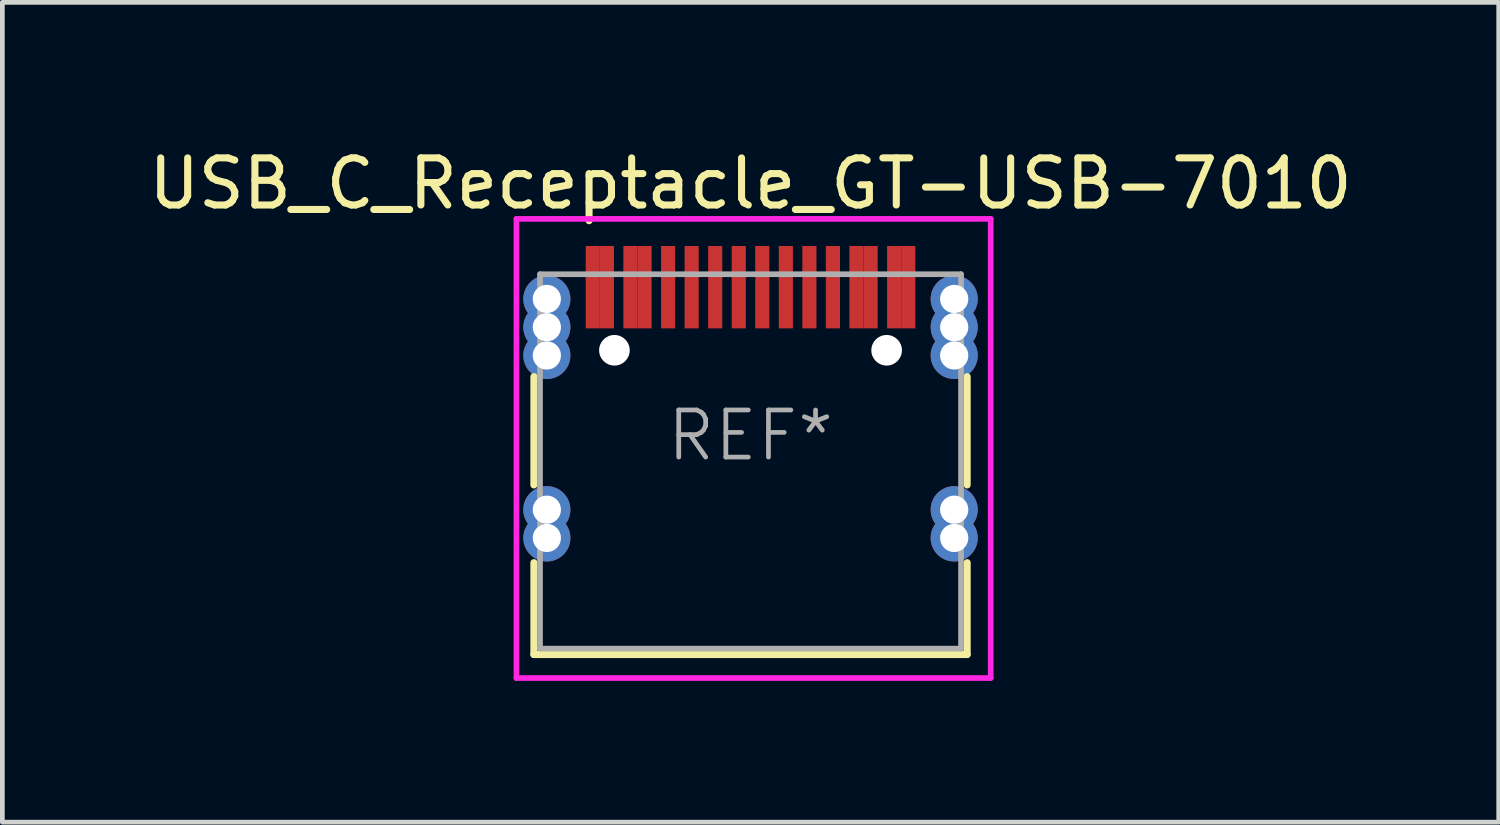
<source format=kicad_pcb>
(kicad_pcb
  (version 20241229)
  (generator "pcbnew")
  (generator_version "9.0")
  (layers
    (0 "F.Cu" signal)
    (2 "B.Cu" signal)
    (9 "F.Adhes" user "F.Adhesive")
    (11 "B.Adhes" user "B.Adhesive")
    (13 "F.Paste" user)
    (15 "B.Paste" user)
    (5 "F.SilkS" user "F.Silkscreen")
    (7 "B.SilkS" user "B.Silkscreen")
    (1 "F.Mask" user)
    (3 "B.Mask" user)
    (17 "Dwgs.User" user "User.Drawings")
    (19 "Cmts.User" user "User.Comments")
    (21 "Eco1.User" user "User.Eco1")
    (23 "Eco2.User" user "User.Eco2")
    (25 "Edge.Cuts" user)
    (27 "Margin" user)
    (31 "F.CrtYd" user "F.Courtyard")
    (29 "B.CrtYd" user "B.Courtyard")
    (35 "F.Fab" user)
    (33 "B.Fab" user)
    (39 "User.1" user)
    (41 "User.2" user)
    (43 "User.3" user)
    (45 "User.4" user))
  (footprint "USB_C_Receptacle_GT-USB-7010"
    (layer "F.Cu")
    (at 12.887 6.198)
    (property "Reference" "USB_C_Receptacle_GT-USB-7010" (at 0 -5.35 0) (layer "F.SilkS") (effects (font (size 1 1) (thickness 0.15))))
    (attr through_hole)
    (fp_line (start -4.6 1.05) (end -4.6 -1.25) (stroke (width 0.15) (type solid)) (layer "F.SilkS"))
    (fp_line (start -4.6 4.65) (end -4.6 2.7) (stroke (width 0.15) (type solid)) (layer "F.SilkS"))
    (fp_line (start 4.6 1.05) (end 4.6 -1.25) (stroke (width 0.15) (type solid)) (layer "F.SilkS"))
    (fp_line (start 4.6 4.65) (end -4.6 4.65) (stroke (width 0.15) (type solid)) (layer "F.SilkS"))
    (fp_line (start 4.6 4.65) (end 4.6 2.7) (stroke (width 0.15) (type solid)) (layer "F.SilkS"))
    (fp_line (start -4.97 -4.6) (end -4.97 5.15) (stroke (width 0.12) (type solid)) (layer "F.CrtYd"))
    (fp_line (start -4.97 -4.6) (end 5.1 -4.6) (stroke (width 0.12) (type solid)) (layer "F.CrtYd"))
    (fp_line (start -4.97 5.15) (end 5.1 5.15) (stroke (width 0.12) (type solid)) (layer "F.CrtYd"))
    (fp_line (start 5.1 -4.6) (end 5.1 5.15) (stroke (width 0.12) (type solid)) (layer "F.CrtYd"))
    (fp_line (start -4.47 -3.425) (end -4.47 4.525) (stroke (width 0.12) (type solid)) (layer "F.Fab"))
    (fp_line (start -4.47 -3.425) (end 4.47 -3.425) (stroke (width 0.12) (type solid)) (layer "F.Fab"))
    (fp_line (start 4.47 -3.425) (end 4.47 4.525) (stroke (width 0.12) (type solid)) (layer "F.Fab"))
    (fp_line (start 4.47 4.525) (end -4.47 4.525) (stroke (width 0.12) (type solid)) (layer "F.Fab"))
    (fp_text user "REF*" (at 0 0 0) (layer "F.Fab") (effects (font (size 1 1) (thickness 0.1))))
    (pad "" np_thru_hole circle (at -2.89 -1.81) (size 0.65 0.65) (drill 0.65) (layers "*.Cu" "*.Mask"))
    (pad "" np_thru_hole circle (at 2.89 -1.81) (size 0.65 0.65) (drill 0.65) (layers "*.Cu" "*.Mask"))
    (pad "A1" smd rect (at -3.35 -3.15) (size 0.3 1.75) (layers "F.Cu" "F.Mask" "F.Paste"))
    (pad "A4" smd rect (at -2.55 -3.15) (size 0.3 1.75) (layers "F.Cu" "F.Mask" "F.Paste"))
    (pad "A5" smd rect (at -1.25 -3.15) (size 0.3 1.75) (layers "F.Cu" "F.Mask" "F.Paste"))
    (pad "A6" smd rect (at -0.25 -3.15) (size 0.3 1.75) (layers "F.Cu" "F.Mask" "F.Paste"))
    (pad "A7" smd rect (at 0.25 -3.15) (size 0.3 1.75) (layers "F.Cu" "F.Mask" "F.Paste"))
    (pad "A8" smd rect (at 1.25 -3.15) (size 0.3 1.75) (layers "F.Cu" "F.Mask" "F.Paste"))
    (pad "A9" smd rect (at 2.55 -3.15) (size 0.3 1.75) (layers "F.Cu" "F.Mask" "F.Paste"))
    (pad "A12" smd rect (at 3.35 -3.15) (size 0.3 1.75) (layers "F.Cu" "F.Mask" "F.Paste"))
    (pad "B1" smd rect (at 3.05 -3.15) (size 0.3 1.75) (layers "F.Cu" "F.Mask" "F.Paste"))
    (pad "B4" smd rect (at 2.25 -3.15) (size 0.3 1.75) (layers "F.Cu" "F.Mask" "F.Paste"))
    (pad "B5" smd rect (at 1.75 -3.15) (size 0.3 1.75) (layers "F.Cu" "F.Mask" "F.Paste"))
    (pad "B6" smd rect (at 0.75 -3.15) (size 0.3 1.75) (layers "F.Cu" "F.Mask" "F.Paste"))
    (pad "B7" smd rect (at -0.75 -3.15) (size 0.3 1.75) (layers "F.Cu" "F.Mask" "F.Paste"))
    (pad "B8" smd rect (at -1.75 -3.15) (size 0.3 1.75) (layers "F.Cu" "F.Mask" "F.Paste"))
    (pad "B9" smd rect (at -2.25 -3.15) (size 0.3 1.75) (layers "F.Cu" "F.Mask" "F.Paste"))
    (pad "B12" smd rect (at -3.05 -3.15) (size 0.3 1.75) (layers "F.Cu" "F.Mask" "F.Paste"))
    (pad "S1" thru_hole circle (at -4.325 -2.9) (size 1 1) (drill 0.6) (layers "*.Cu" "*.Mask"))
    (pad "S1" thru_hole circle (at -4.325 -2.3) (size 1 1) (drill 0.6) (layers "*.Cu" "*.Mask"))
    (pad "S1" thru_hole circle (at -4.325 -1.7) (size 1 1) (drill 0.6) (layers "*.Cu" "*.Mask"))
    (pad "S1" thru_hole circle (at -4.325 1.575) (size 1 1) (drill 0.6) (layers "*.Cu" "*.Mask"))
    (pad "S1" thru_hole circle (at -4.325 2.175) (size 1 1) (drill 0.6) (layers "*.Cu" "*.Mask"))
    (pad "S1" thru_hole circle (at 4.325 -2.9) (size 1 1) (drill 0.6) (layers "*.Cu" "*.Mask"))
    (pad "S1" thru_hole circle (at 4.325 -2.3) (size 1 1) (drill 0.6) (layers "*.Cu" "*.Mask"))
    (pad "S1" thru_hole circle (at 4.325 -1.7) (size 1 1) (drill 0.6) (layers "*.Cu" "*.Mask"))
    (pad "S1" thru_hole circle (at 4.325 1.575) (size 1 1) (drill 0.6) (layers "*.Cu" "*.Mask"))
    (pad "S1" thru_hole circle (at 4.325 2.175) (size 1 1) (drill 0.6) (layers "*.Cu" "*.Mask")))
  (gr_rect
    (start -3 -3)
    (end 28.774 14.408)
    (stroke (width 0.1) (type default))
    (fill no)
    (layer "Edge.Cuts")))
</source>
